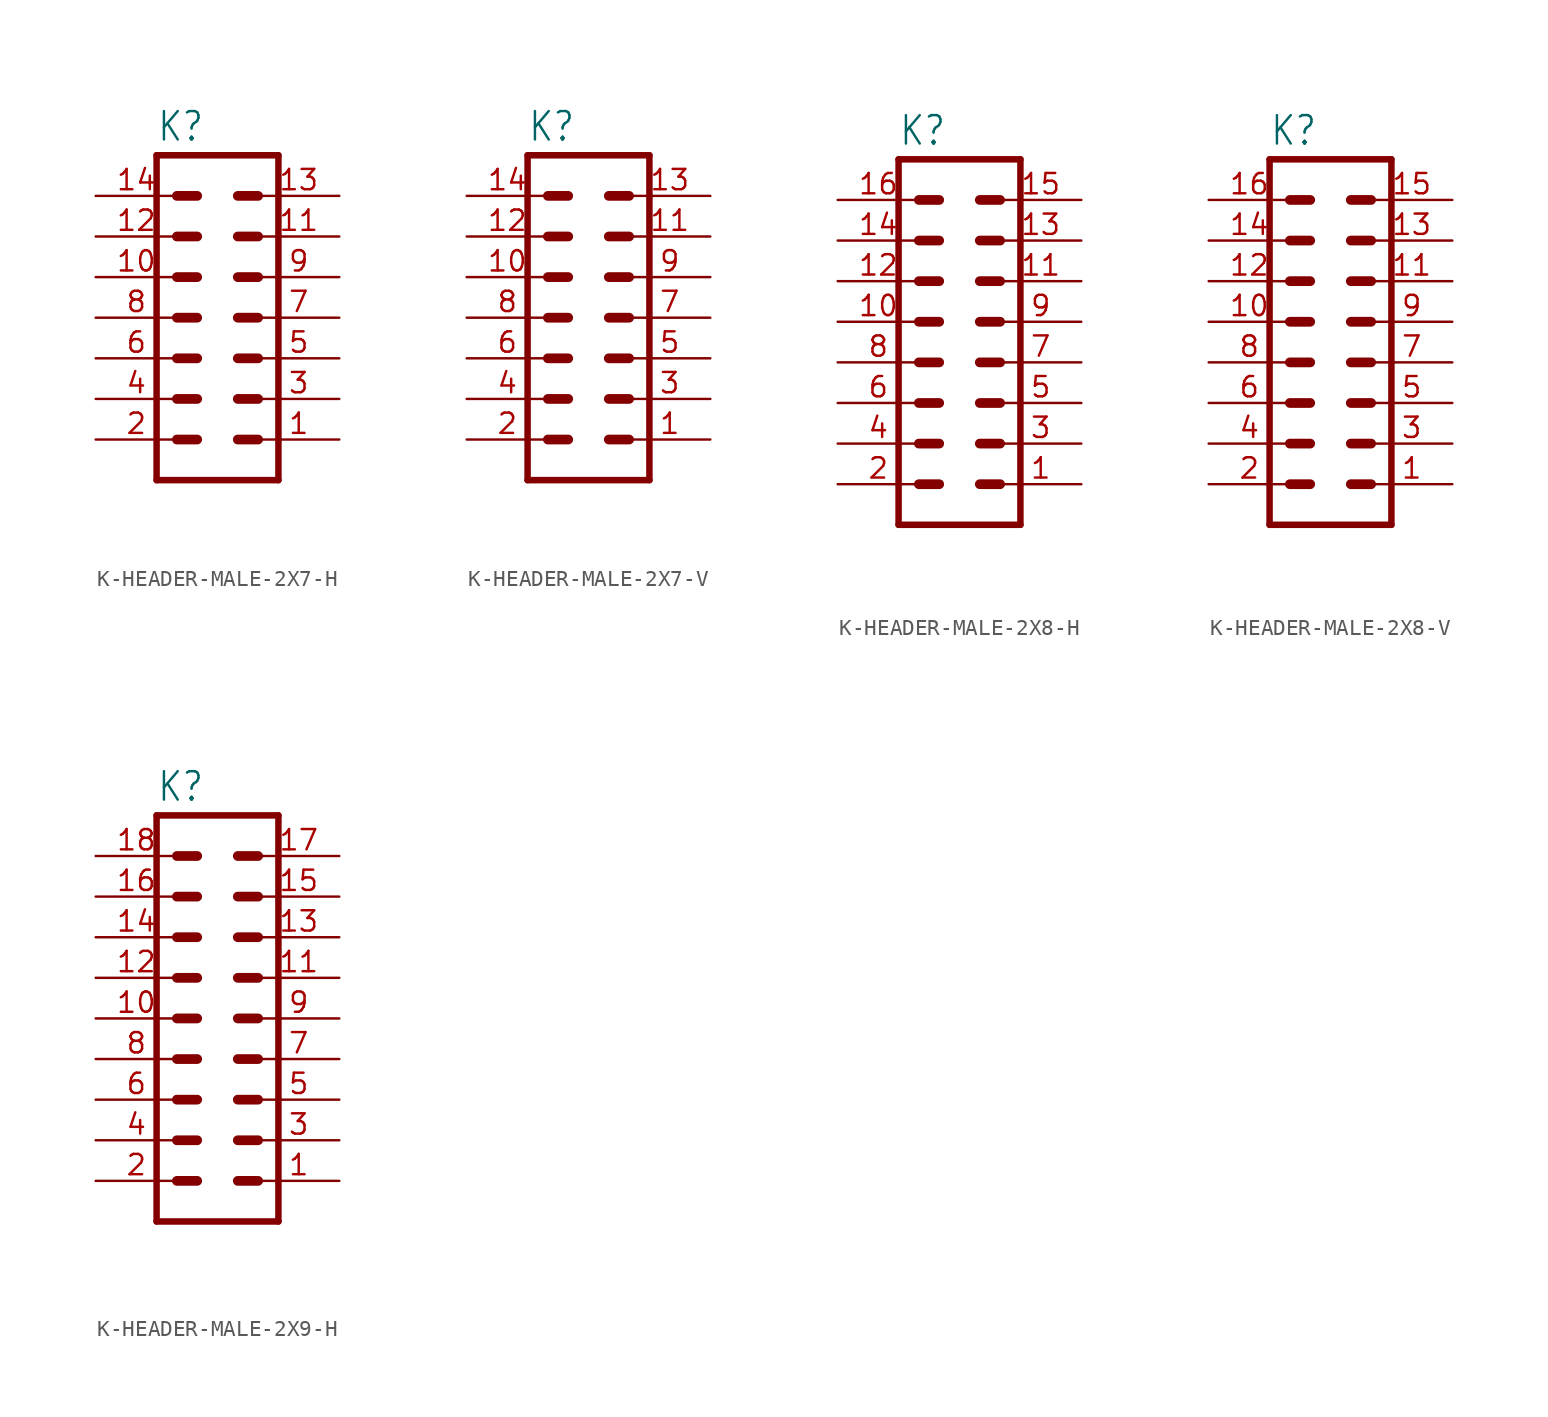
<source format=kicad_sym>
(kicad_symbol_lib
  (version 20231120)
  (generator "kicad_symbol_editor")
  (generator_version "8.0")
  (symbol "K-HEADER-MALE-2X7-H"
    (property "Reference" "K"
      (at -3.81 10.922 0)
      (effects (font (size 1.778 1.511)) (justify left bottom)))
    (property "Value" ""
      (at -3.81 -12.7 0)
      (effects (font (size 1.778 1.511)) (justify left bottom)))
    (property "ki_locked" ""
      (at 0 0 0)
      (effects (font (size 1.27 1.27))))
    (symbol "K-HEADER-MALE-2X7-H_1_0"
      (polyline (pts (xy -3.81 10.16) (xy -3.81 -10.16)) (stroke (width 0.406) (type solid)) (fill (type none)))
      (polyline (pts (xy -3.81 10.16) (xy 3.81 10.16)) (stroke (width 0.406) (type solid)) (fill (type none)))
      (polyline (pts (xy -2.54 -7.62) (xy -1.27 -7.62)) (stroke (width 0.61) (type solid)) (fill (type none)))
      (polyline (pts (xy -2.54 -5.08) (xy -1.27 -5.08)) (stroke (width 0.61) (type solid)) (fill (type none)))
      (polyline (pts (xy -2.54 -2.54) (xy -1.27 -2.54)) (stroke (width 0.61) (type solid)) (fill (type none)))
      (polyline (pts (xy -2.54 0) (xy -1.27 0)) (stroke (width 0.61) (type solid)) (fill (type none)))
      (polyline (pts (xy -2.54 2.54) (xy -1.27 2.54)) (stroke (width 0.61) (type solid)) (fill (type none)))
      (polyline (pts (xy -2.54 5.08) (xy -1.27 5.08)) (stroke (width 0.61) (type solid)) (fill (type none)))
      (polyline (pts (xy -2.54 7.62) (xy -1.27 7.62)) (stroke (width 0.61) (type solid)) (fill (type none)))
      (polyline (pts (xy 1.27 -7.62) (xy 2.54 -7.62)) (stroke (width 0.61) (type solid)) (fill (type none)))
      (polyline (pts (xy 1.27 -5.08) (xy 2.54 -5.08)) (stroke (width 0.61) (type solid)) (fill (type none)))
      (polyline (pts (xy 1.27 -2.54) (xy 2.54 -2.54)) (stroke (width 0.61) (type solid)) (fill (type none)))
      (polyline (pts (xy 1.27 0) (xy 2.54 0)) (stroke (width 0.61) (type solid)) (fill (type none)))
      (polyline (pts (xy 1.27 2.54) (xy 2.54 2.54)) (stroke (width 0.61) (type solid)) (fill (type none)))
      (polyline (pts (xy 1.27 5.08) (xy 2.54 5.08)) (stroke (width 0.61) (type solid)) (fill (type none)))
      (polyline (pts (xy 1.27 7.62) (xy 2.54 7.62)) (stroke (width 0.61) (type solid)) (fill (type none)))
      (polyline (pts (xy 3.81 -10.16) (xy -3.81 -10.16)) (stroke (width 0.406) (type solid)) (fill (type none)))
      (polyline (pts (xy 3.81 -10.16) (xy 3.81 10.16)) (stroke (width 0.406) (type solid)) (fill (type none)))
      (pin passive line (at 7.62 -7.62 180) (length 5.08) (name "1" (effects (font (size 0 0)))) (number "1" (effects (font (size 1.27 1.27)))))
      (pin passive line (at -7.62 2.54 0) (length 5.08) (name "10" (effects (font (size 0 0)))) (number "10" (effects (font (size 1.27 1.27)))))
      (pin passive line (at 7.62 5.08 180) (length 5.08) (name "11" (effects (font (size 0 0)))) (number "11" (effects (font (size 1.27 1.27)))))
      (pin passive line (at -7.62 5.08 0) (length 5.08) (name "12" (effects (font (size 0 0)))) (number "12" (effects (font (size 1.27 1.27)))))
      (pin passive line (at 7.62 7.62 180) (length 5.08) (name "13" (effects (font (size 0 0)))) (number "13" (effects (font (size 1.27 1.27)))))
      (pin passive line (at -7.62 7.62 0) (length 5.08) (name "14" (effects (font (size 0 0)))) (number "14" (effects (font (size 1.27 1.27)))))
      (pin passive line (at -7.62 -7.62 0) (length 5.08) (name "2" (effects (font (size 0 0)))) (number "2" (effects (font (size 1.27 1.27)))))
      (pin passive line (at 7.62 -5.08 180) (length 5.08) (name "3" (effects (font (size 0 0)))) (number "3" (effects (font (size 1.27 1.27)))))
      (pin passive line (at -7.62 -5.08 0) (length 5.08) (name "4" (effects (font (size 0 0)))) (number "4" (effects (font (size 1.27 1.27)))))
      (pin passive line (at 7.62 -2.54 180) (length 5.08) (name "5" (effects (font (size 0 0)))) (number "5" (effects (font (size 1.27 1.27)))))
      (pin passive line (at -7.62 -2.54 0) (length 5.08) (name "6" (effects (font (size 0 0)))) (number "6" (effects (font (size 1.27 1.27)))))
      (pin passive line (at 7.62 0 180) (length 5.08) (name "7" (effects (font (size 0 0)))) (number "7" (effects (font (size 1.27 1.27)))))
      (pin passive line (at -7.62 0 0) (length 5.08) (name "8" (effects (font (size 0 0)))) (number "8" (effects (font (size 1.27 1.27)))))
      (pin passive line (at 7.62 2.54 180) (length 5.08) (name "9" (effects (font (size 0 0)))) (number "9" (effects (font (size 1.27 1.27)))))))
  (symbol "K-HEADER-MALE-2X7-V"
    (property "Reference" "K"
      (at -3.81 10.922 0)
      (effects (font (size 1.778 1.511)) (justify left bottom)))
    (property "Value" ""
      (at -3.81 -12.7 0)
      (effects (font (size 1.778 1.511)) (justify left bottom)))
    (property "ki_locked" ""
      (at 0 0 0)
      (effects (font (size 1.27 1.27))))
    (symbol "K-HEADER-MALE-2X7-V_1_0"
      (polyline (pts (xy -3.81 10.16) (xy -3.81 -10.16)) (stroke (width 0.406) (type solid)) (fill (type none)))
      (polyline (pts (xy -3.81 10.16) (xy 3.81 10.16)) (stroke (width 0.406) (type solid)) (fill (type none)))
      (polyline (pts (xy -2.54 -7.62) (xy -1.27 -7.62)) (stroke (width 0.61) (type solid)) (fill (type none)))
      (polyline (pts (xy -2.54 -5.08) (xy -1.27 -5.08)) (stroke (width 0.61) (type solid)) (fill (type none)))
      (polyline (pts (xy -2.54 -2.54) (xy -1.27 -2.54)) (stroke (width 0.61) (type solid)) (fill (type none)))
      (polyline (pts (xy -2.54 0) (xy -1.27 0)) (stroke (width 0.61) (type solid)) (fill (type none)))
      (polyline (pts (xy -2.54 2.54) (xy -1.27 2.54)) (stroke (width 0.61) (type solid)) (fill (type none)))
      (polyline (pts (xy -2.54 5.08) (xy -1.27 5.08)) (stroke (width 0.61) (type solid)) (fill (type none)))
      (polyline (pts (xy -2.54 7.62) (xy -1.27 7.62)) (stroke (width 0.61) (type solid)) (fill (type none)))
      (polyline (pts (xy 1.27 -7.62) (xy 2.54 -7.62)) (stroke (width 0.61) (type solid)) (fill (type none)))
      (polyline (pts (xy 1.27 -5.08) (xy 2.54 -5.08)) (stroke (width 0.61) (type solid)) (fill (type none)))
      (polyline (pts (xy 1.27 -2.54) (xy 2.54 -2.54)) (stroke (width 0.61) (type solid)) (fill (type none)))
      (polyline (pts (xy 1.27 0) (xy 2.54 0)) (stroke (width 0.61) (type solid)) (fill (type none)))
      (polyline (pts (xy 1.27 2.54) (xy 2.54 2.54)) (stroke (width 0.61) (type solid)) (fill (type none)))
      (polyline (pts (xy 1.27 5.08) (xy 2.54 5.08)) (stroke (width 0.61) (type solid)) (fill (type none)))
      (polyline (pts (xy 1.27 7.62) (xy 2.54 7.62)) (stroke (width 0.61) (type solid)) (fill (type none)))
      (polyline (pts (xy 3.81 -10.16) (xy -3.81 -10.16)) (stroke (width 0.406) (type solid)) (fill (type none)))
      (polyline (pts (xy 3.81 -10.16) (xy 3.81 10.16)) (stroke (width 0.406) (type solid)) (fill (type none)))
      (pin passive line (at 7.62 -7.62 180) (length 5.08) (name "1" (effects (font (size 0 0)))) (number "1" (effects (font (size 1.27 1.27)))))
      (pin passive line (at -7.62 2.54 0) (length 5.08) (name "10" (effects (font (size 0 0)))) (number "10" (effects (font (size 1.27 1.27)))))
      (pin passive line (at 7.62 5.08 180) (length 5.08) (name "11" (effects (font (size 0 0)))) (number "11" (effects (font (size 1.27 1.27)))))
      (pin passive line (at -7.62 5.08 0) (length 5.08) (name "12" (effects (font (size 0 0)))) (number "12" (effects (font (size 1.27 1.27)))))
      (pin passive line (at 7.62 7.62 180) (length 5.08) (name "13" (effects (font (size 0 0)))) (number "13" (effects (font (size 1.27 1.27)))))
      (pin passive line (at -7.62 7.62 0) (length 5.08) (name "14" (effects (font (size 0 0)))) (number "14" (effects (font (size 1.27 1.27)))))
      (pin passive line (at -7.62 -7.62 0) (length 5.08) (name "2" (effects (font (size 0 0)))) (number "2" (effects (font (size 1.27 1.27)))))
      (pin passive line (at 7.62 -5.08 180) (length 5.08) (name "3" (effects (font (size 0 0)))) (number "3" (effects (font (size 1.27 1.27)))))
      (pin passive line (at -7.62 -5.08 0) (length 5.08) (name "4" (effects (font (size 0 0)))) (number "4" (effects (font (size 1.27 1.27)))))
      (pin passive line (at 7.62 -2.54 180) (length 5.08) (name "5" (effects (font (size 0 0)))) (number "5" (effects (font (size 1.27 1.27)))))
      (pin passive line (at -7.62 -2.54 0) (length 5.08) (name "6" (effects (font (size 0 0)))) (number "6" (effects (font (size 1.27 1.27)))))
      (pin passive line (at 7.62 0 180) (length 5.08) (name "7" (effects (font (size 0 0)))) (number "7" (effects (font (size 1.27 1.27)))))
      (pin passive line (at -7.62 0 0) (length 5.08) (name "8" (effects (font (size 0 0)))) (number "8" (effects (font (size 1.27 1.27)))))
      (pin passive line (at 7.62 2.54 180) (length 5.08) (name "9" (effects (font (size 0 0)))) (number "9" (effects (font (size 1.27 1.27)))))))
  (symbol "K-HEADER-MALE-2X8-H"
    (property "Reference" "K"
      (at -3.81 10.922 0)
      (effects (font (size 1.778 1.511)) (justify left bottom)))
    (property "Value" ""
      (at -3.81 -15.24 0)
      (effects (font (size 1.778 1.511)) (justify left bottom)))
    (property "ki_locked" ""
      (at 0 0 0)
      (effects (font (size 1.27 1.27))))
    (symbol "K-HEADER-MALE-2X8-H_1_0"
      (polyline (pts (xy -3.81 10.16) (xy -3.81 -12.7)) (stroke (width 0.406) (type solid)) (fill (type none)))
      (polyline (pts (xy -3.81 10.16) (xy 3.81 10.16)) (stroke (width 0.406) (type solid)) (fill (type none)))
      (polyline (pts (xy -2.54 -10.16) (xy -1.27 -10.16)) (stroke (width 0.61) (type solid)) (fill (type none)))
      (polyline (pts (xy -2.54 -7.62) (xy -1.27 -7.62)) (stroke (width 0.61) (type solid)) (fill (type none)))
      (polyline (pts (xy -2.54 -5.08) (xy -1.27 -5.08)) (stroke (width 0.61) (type solid)) (fill (type none)))
      (polyline (pts (xy -2.54 -2.54) (xy -1.27 -2.54)) (stroke (width 0.61) (type solid)) (fill (type none)))
      (polyline (pts (xy -2.54 0) (xy -1.27 0)) (stroke (width 0.61) (type solid)) (fill (type none)))
      (polyline (pts (xy -2.54 2.54) (xy -1.27 2.54)) (stroke (width 0.61) (type solid)) (fill (type none)))
      (polyline (pts (xy -2.54 5.08) (xy -1.27 5.08)) (stroke (width 0.61) (type solid)) (fill (type none)))
      (polyline (pts (xy -2.54 7.62) (xy -1.27 7.62)) (stroke (width 0.61) (type solid)) (fill (type none)))
      (polyline (pts (xy 1.27 -10.16) (xy 2.54 -10.16)) (stroke (width 0.61) (type solid)) (fill (type none)))
      (polyline (pts (xy 1.27 -7.62) (xy 2.54 -7.62)) (stroke (width 0.61) (type solid)) (fill (type none)))
      (polyline (pts (xy 1.27 -5.08) (xy 2.54 -5.08)) (stroke (width 0.61) (type solid)) (fill (type none)))
      (polyline (pts (xy 1.27 -2.54) (xy 2.54 -2.54)) (stroke (width 0.61) (type solid)) (fill (type none)))
      (polyline (pts (xy 1.27 0) (xy 2.54 0)) (stroke (width 0.61) (type solid)) (fill (type none)))
      (polyline (pts (xy 1.27 2.54) (xy 2.54 2.54)) (stroke (width 0.61) (type solid)) (fill (type none)))
      (polyline (pts (xy 1.27 5.08) (xy 2.54 5.08)) (stroke (width 0.61) (type solid)) (fill (type none)))
      (polyline (pts (xy 1.27 7.62) (xy 2.54 7.62)) (stroke (width 0.61) (type solid)) (fill (type none)))
      (polyline (pts (xy 3.81 -12.7) (xy -3.81 -12.7)) (stroke (width 0.406) (type solid)) (fill (type none)))
      (polyline (pts (xy 3.81 -12.7) (xy 3.81 10.16)) (stroke (width 0.406) (type solid)) (fill (type none)))
      (pin passive line (at 7.62 -10.16 180) (length 5.08) (name "1" (effects (font (size 0 0)))) (number "1" (effects (font (size 1.27 1.27)))))
      (pin passive line (at -7.62 0 0) (length 5.08) (name "10" (effects (font (size 0 0)))) (number "10" (effects (font (size 1.27 1.27)))))
      (pin passive line (at 7.62 2.54 180) (length 5.08) (name "11" (effects (font (size 0 0)))) (number "11" (effects (font (size 1.27 1.27)))))
      (pin passive line (at -7.62 2.54 0) (length 5.08) (name "12" (effects (font (size 0 0)))) (number "12" (effects (font (size 1.27 1.27)))))
      (pin passive line (at 7.62 5.08 180) (length 5.08) (name "13" (effects (font (size 0 0)))) (number "13" (effects (font (size 1.27 1.27)))))
      (pin passive line (at -7.62 5.08 0) (length 5.08) (name "14" (effects (font (size 0 0)))) (number "14" (effects (font (size 1.27 1.27)))))
      (pin passive line (at 7.62 7.62 180) (length 5.08) (name "15" (effects (font (size 0 0)))) (number "15" (effects (font (size 1.27 1.27)))))
      (pin passive line (at -7.62 7.62 0) (length 5.08) (name "16" (effects (font (size 0 0)))) (number "16" (effects (font (size 1.27 1.27)))))
      (pin passive line (at -7.62 -10.16 0) (length 5.08) (name "2" (effects (font (size 0 0)))) (number "2" (effects (font (size 1.27 1.27)))))
      (pin passive line (at 7.62 -7.62 180) (length 5.08) (name "3" (effects (font (size 0 0)))) (number "3" (effects (font (size 1.27 1.27)))))
      (pin passive line (at -7.62 -7.62 0) (length 5.08) (name "4" (effects (font (size 0 0)))) (number "4" (effects (font (size 1.27 1.27)))))
      (pin passive line (at 7.62 -5.08 180) (length 5.08) (name "5" (effects (font (size 0 0)))) (number "5" (effects (font (size 1.27 1.27)))))
      (pin passive line (at -7.62 -5.08 0) (length 5.08) (name "6" (effects (font (size 0 0)))) (number "6" (effects (font (size 1.27 1.27)))))
      (pin passive line (at 7.62 -2.54 180) (length 5.08) (name "7" (effects (font (size 0 0)))) (number "7" (effects (font (size 1.27 1.27)))))
      (pin passive line (at -7.62 -2.54 0) (length 5.08) (name "8" (effects (font (size 0 0)))) (number "8" (effects (font (size 1.27 1.27)))))
      (pin passive line (at 7.62 0 180) (length 5.08) (name "9" (effects (font (size 0 0)))) (number "9" (effects (font (size 1.27 1.27)))))))
  (symbol "K-HEADER-MALE-2X8-V"
    (property "Reference" "K"
      (at -3.81 10.922 0)
      (effects (font (size 1.778 1.511)) (justify left bottom)))
    (property "Value" ""
      (at -3.81 -15.24 0)
      (effects (font (size 1.778 1.511)) (justify left bottom)))
    (property "ki_locked" ""
      (at 0 0 0)
      (effects (font (size 1.27 1.27))))
    (symbol "K-HEADER-MALE-2X8-V_1_0"
      (polyline (pts (xy -3.81 10.16) (xy -3.81 -12.7)) (stroke (width 0.406) (type solid)) (fill (type none)))
      (polyline (pts (xy -3.81 10.16) (xy 3.81 10.16)) (stroke (width 0.406) (type solid)) (fill (type none)))
      (polyline (pts (xy -2.54 -10.16) (xy -1.27 -10.16)) (stroke (width 0.61) (type solid)) (fill (type none)))
      (polyline (pts (xy -2.54 -7.62) (xy -1.27 -7.62)) (stroke (width 0.61) (type solid)) (fill (type none)))
      (polyline (pts (xy -2.54 -5.08) (xy -1.27 -5.08)) (stroke (width 0.61) (type solid)) (fill (type none)))
      (polyline (pts (xy -2.54 -2.54) (xy -1.27 -2.54)) (stroke (width 0.61) (type solid)) (fill (type none)))
      (polyline (pts (xy -2.54 0) (xy -1.27 0)) (stroke (width 0.61) (type solid)) (fill (type none)))
      (polyline (pts (xy -2.54 2.54) (xy -1.27 2.54)) (stroke (width 0.61) (type solid)) (fill (type none)))
      (polyline (pts (xy -2.54 5.08) (xy -1.27 5.08)) (stroke (width 0.61) (type solid)) (fill (type none)))
      (polyline (pts (xy -2.54 7.62) (xy -1.27 7.62)) (stroke (width 0.61) (type solid)) (fill (type none)))
      (polyline (pts (xy 1.27 -10.16) (xy 2.54 -10.16)) (stroke (width 0.61) (type solid)) (fill (type none)))
      (polyline (pts (xy 1.27 -7.62) (xy 2.54 -7.62)) (stroke (width 0.61) (type solid)) (fill (type none)))
      (polyline (pts (xy 1.27 -5.08) (xy 2.54 -5.08)) (stroke (width 0.61) (type solid)) (fill (type none)))
      (polyline (pts (xy 1.27 -2.54) (xy 2.54 -2.54)) (stroke (width 0.61) (type solid)) (fill (type none)))
      (polyline (pts (xy 1.27 0) (xy 2.54 0)) (stroke (width 0.61) (type solid)) (fill (type none)))
      (polyline (pts (xy 1.27 2.54) (xy 2.54 2.54)) (stroke (width 0.61) (type solid)) (fill (type none)))
      (polyline (pts (xy 1.27 5.08) (xy 2.54 5.08)) (stroke (width 0.61) (type solid)) (fill (type none)))
      (polyline (pts (xy 1.27 7.62) (xy 2.54 7.62)) (stroke (width 0.61) (type solid)) (fill (type none)))
      (polyline (pts (xy 3.81 -12.7) (xy -3.81 -12.7)) (stroke (width 0.406) (type solid)) (fill (type none)))
      (polyline (pts (xy 3.81 -12.7) (xy 3.81 10.16)) (stroke (width 0.406) (type solid)) (fill (type none)))
      (pin passive line (at 7.62 -10.16 180) (length 5.08) (name "1" (effects (font (size 0 0)))) (number "1" (effects (font (size 1.27 1.27)))))
      (pin passive line (at -7.62 0 0) (length 5.08) (name "10" (effects (font (size 0 0)))) (number "10" (effects (font (size 1.27 1.27)))))
      (pin passive line (at 7.62 2.54 180) (length 5.08) (name "11" (effects (font (size 0 0)))) (number "11" (effects (font (size 1.27 1.27)))))
      (pin passive line (at -7.62 2.54 0) (length 5.08) (name "12" (effects (font (size 0 0)))) (number "12" (effects (font (size 1.27 1.27)))))
      (pin passive line (at 7.62 5.08 180) (length 5.08) (name "13" (effects (font (size 0 0)))) (number "13" (effects (font (size 1.27 1.27)))))
      (pin passive line (at -7.62 5.08 0) (length 5.08) (name "14" (effects (font (size 0 0)))) (number "14" (effects (font (size 1.27 1.27)))))
      (pin passive line (at 7.62 7.62 180) (length 5.08) (name "15" (effects (font (size 0 0)))) (number "15" (effects (font (size 1.27 1.27)))))
      (pin passive line (at -7.62 7.62 0) (length 5.08) (name "16" (effects (font (size 0 0)))) (number "16" (effects (font (size 1.27 1.27)))))
      (pin passive line (at -7.62 -10.16 0) (length 5.08) (name "2" (effects (font (size 0 0)))) (number "2" (effects (font (size 1.27 1.27)))))
      (pin passive line (at 7.62 -7.62 180) (length 5.08) (name "3" (effects (font (size 0 0)))) (number "3" (effects (font (size 1.27 1.27)))))
      (pin passive line (at -7.62 -7.62 0) (length 5.08) (name "4" (effects (font (size 0 0)))) (number "4" (effects (font (size 1.27 1.27)))))
      (pin passive line (at 7.62 -5.08 180) (length 5.08) (name "5" (effects (font (size 0 0)))) (number "5" (effects (font (size 1.27 1.27)))))
      (pin passive line (at -7.62 -5.08 0) (length 5.08) (name "6" (effects (font (size 0 0)))) (number "6" (effects (font (size 1.27 1.27)))))
      (pin passive line (at 7.62 -2.54 180) (length 5.08) (name "7" (effects (font (size 0 0)))) (number "7" (effects (font (size 1.27 1.27)))))
      (pin passive line (at -7.62 -2.54 0) (length 5.08) (name "8" (effects (font (size 0 0)))) (number "8" (effects (font (size 1.27 1.27)))))
      (pin passive line (at 7.62 0 180) (length 5.08) (name "9" (effects (font (size 0 0)))) (number "9" (effects (font (size 1.27 1.27)))))))
  (symbol "K-HEADER-MALE-2X9-H"
    (property "Reference" "K"
      (at -3.81 13.462 0)
      (effects (font (size 1.778 1.511)) (justify left bottom)))
    (property "Value" ""
      (at -3.81 -15.24 0)
      (effects (font (size 1.778 1.511)) (justify left bottom)))
    (property "ki_locked" ""
      (at 0 0 0)
      (effects (font (size 1.27 1.27))))
    (symbol "K-HEADER-MALE-2X9-H_1_0"
      (polyline (pts (xy -3.81 12.7) (xy -3.81 -12.7)) (stroke (width 0.406) (type solid)) (fill (type none)))
      (polyline (pts (xy -3.81 12.7) (xy 3.81 12.7)) (stroke (width 0.406) (type solid)) (fill (type none)))
      (polyline (pts (xy -2.54 -10.16) (xy -1.27 -10.16)) (stroke (width 0.61) (type solid)) (fill (type none)))
      (polyline (pts (xy -2.54 -7.62) (xy -1.27 -7.62)) (stroke (width 0.61) (type solid)) (fill (type none)))
      (polyline (pts (xy -2.54 -5.08) (xy -1.27 -5.08)) (stroke (width 0.61) (type solid)) (fill (type none)))
      (polyline (pts (xy -2.54 -2.54) (xy -1.27 -2.54)) (stroke (width 0.61) (type solid)) (fill (type none)))
      (polyline (pts (xy -2.54 0) (xy -1.27 0)) (stroke (width 0.61) (type solid)) (fill (type none)))
      (polyline (pts (xy -2.54 2.54) (xy -1.27 2.54)) (stroke (width 0.61) (type solid)) (fill (type none)))
      (polyline (pts (xy -2.54 5.08) (xy -1.27 5.08)) (stroke (width 0.61) (type solid)) (fill (type none)))
      (polyline (pts (xy -2.54 7.62) (xy -1.27 7.62)) (stroke (width 0.61) (type solid)) (fill (type none)))
      (polyline (pts (xy -2.54 10.16) (xy -1.27 10.16)) (stroke (width 0.61) (type solid)) (fill (type none)))
      (polyline (pts (xy 1.27 -10.16) (xy 2.54 -10.16)) (stroke (width 0.61) (type solid)) (fill (type none)))
      (polyline (pts (xy 1.27 -7.62) (xy 2.54 -7.62)) (stroke (width 0.61) (type solid)) (fill (type none)))
      (polyline (pts (xy 1.27 -5.08) (xy 2.54 -5.08)) (stroke (width 0.61) (type solid)) (fill (type none)))
      (polyline (pts (xy 1.27 -2.54) (xy 2.54 -2.54)) (stroke (width 0.61) (type solid)) (fill (type none)))
      (polyline (pts (xy 1.27 0) (xy 2.54 0)) (stroke (width 0.61) (type solid)) (fill (type none)))
      (polyline (pts (xy 1.27 2.54) (xy 2.54 2.54)) (stroke (width 0.61) (type solid)) (fill (type none)))
      (polyline (pts (xy 1.27 5.08) (xy 2.54 5.08)) (stroke (width 0.61) (type solid)) (fill (type none)))
      (polyline (pts (xy 1.27 7.62) (xy 2.54 7.62)) (stroke (width 0.61) (type solid)) (fill (type none)))
      (polyline (pts (xy 1.27 10.16) (xy 2.54 10.16)) (stroke (width 0.61) (type solid)) (fill (type none)))
      (polyline (pts (xy 3.81 -12.7) (xy -3.81 -12.7)) (stroke (width 0.406) (type solid)) (fill (type none)))
      (polyline (pts (xy 3.81 -12.7) (xy 3.81 12.7)) (stroke (width 0.406) (type solid)) (fill (type none)))
      (pin passive line (at 7.62 -10.16 180) (length 5.08) (name "1" (effects (font (size 0 0)))) (number "1" (effects (font (size 1.27 1.27)))))
      (pin passive line (at -7.62 0 0) (length 5.08) (name "10" (effects (font (size 0 0)))) (number "10" (effects (font (size 1.27 1.27)))))
      (pin passive line (at 7.62 2.54 180) (length 5.08) (name "11" (effects (font (size 0 0)))) (number "11" (effects (font (size 1.27 1.27)))))
      (pin passive line (at -7.62 2.54 0) (length 5.08) (name "12" (effects (font (size 0 0)))) (number "12" (effects (font (size 1.27 1.27)))))
      (pin passive line (at 7.62 5.08 180) (length 5.08) (name "13" (effects (font (size 0 0)))) (number "13" (effects (font (size 1.27 1.27)))))
      (pin passive line (at -7.62 5.08 0) (length 5.08) (name "14" (effects (font (size 0 0)))) (number "14" (effects (font (size 1.27 1.27)))))
      (pin passive line (at 7.62 7.62 180) (length 5.08) (name "15" (effects (font (size 0 0)))) (number "15" (effects (font (size 1.27 1.27)))))
      (pin passive line (at -7.62 7.62 0) (length 5.08) (name "16" (effects (font (size 0 0)))) (number "16" (effects (font (size 1.27 1.27)))))
      (pin passive line (at 7.62 10.16 180) (length 5.08) (name "17" (effects (font (size 0 0)))) (number "17" (effects (font (size 1.27 1.27)))))
      (pin passive line (at -7.62 10.16 0) (length 5.08) (name "18" (effects (font (size 0 0)))) (number "18" (effects (font (size 1.27 1.27)))))
      (pin passive line (at -7.62 -10.16 0) (length 5.08) (name "2" (effects (font (size 0 0)))) (number "2" (effects (font (size 1.27 1.27)))))
      (pin passive line (at 7.62 -7.62 180) (length 5.08) (name "3" (effects (font (size 0 0)))) (number "3" (effects (font (size 1.27 1.27)))))
      (pin passive line (at -7.62 -7.62 0) (length 5.08) (name "4" (effects (font (size 0 0)))) (number "4" (effects (font (size 1.27 1.27)))))
      (pin passive line (at 7.62 -5.08 180) (length 5.08) (name "5" (effects (font (size 0 0)))) (number "5" (effects (font (size 1.27 1.27)))))
      (pin passive line (at -7.62 -5.08 0) (length 5.08) (name "6" (effects (font (size 0 0)))) (number "6" (effects (font (size 1.27 1.27)))))
      (pin passive line (at 7.62 -2.54 180) (length 5.08) (name "7" (effects (font (size 0 0)))) (number "7" (effects (font (size 1.27 1.27)))))
      (pin passive line (at -7.62 -2.54 0) (length 5.08) (name "8" (effects (font (size 0 0)))) (number "8" (effects (font (size 1.27 1.27)))))
      (pin passive line (at 7.62 0 180) (length 5.08) (name "9" (effects (font (size 0 0)))) (number "9" (effects (font (size 1.27 1.27))))))))
</source>
